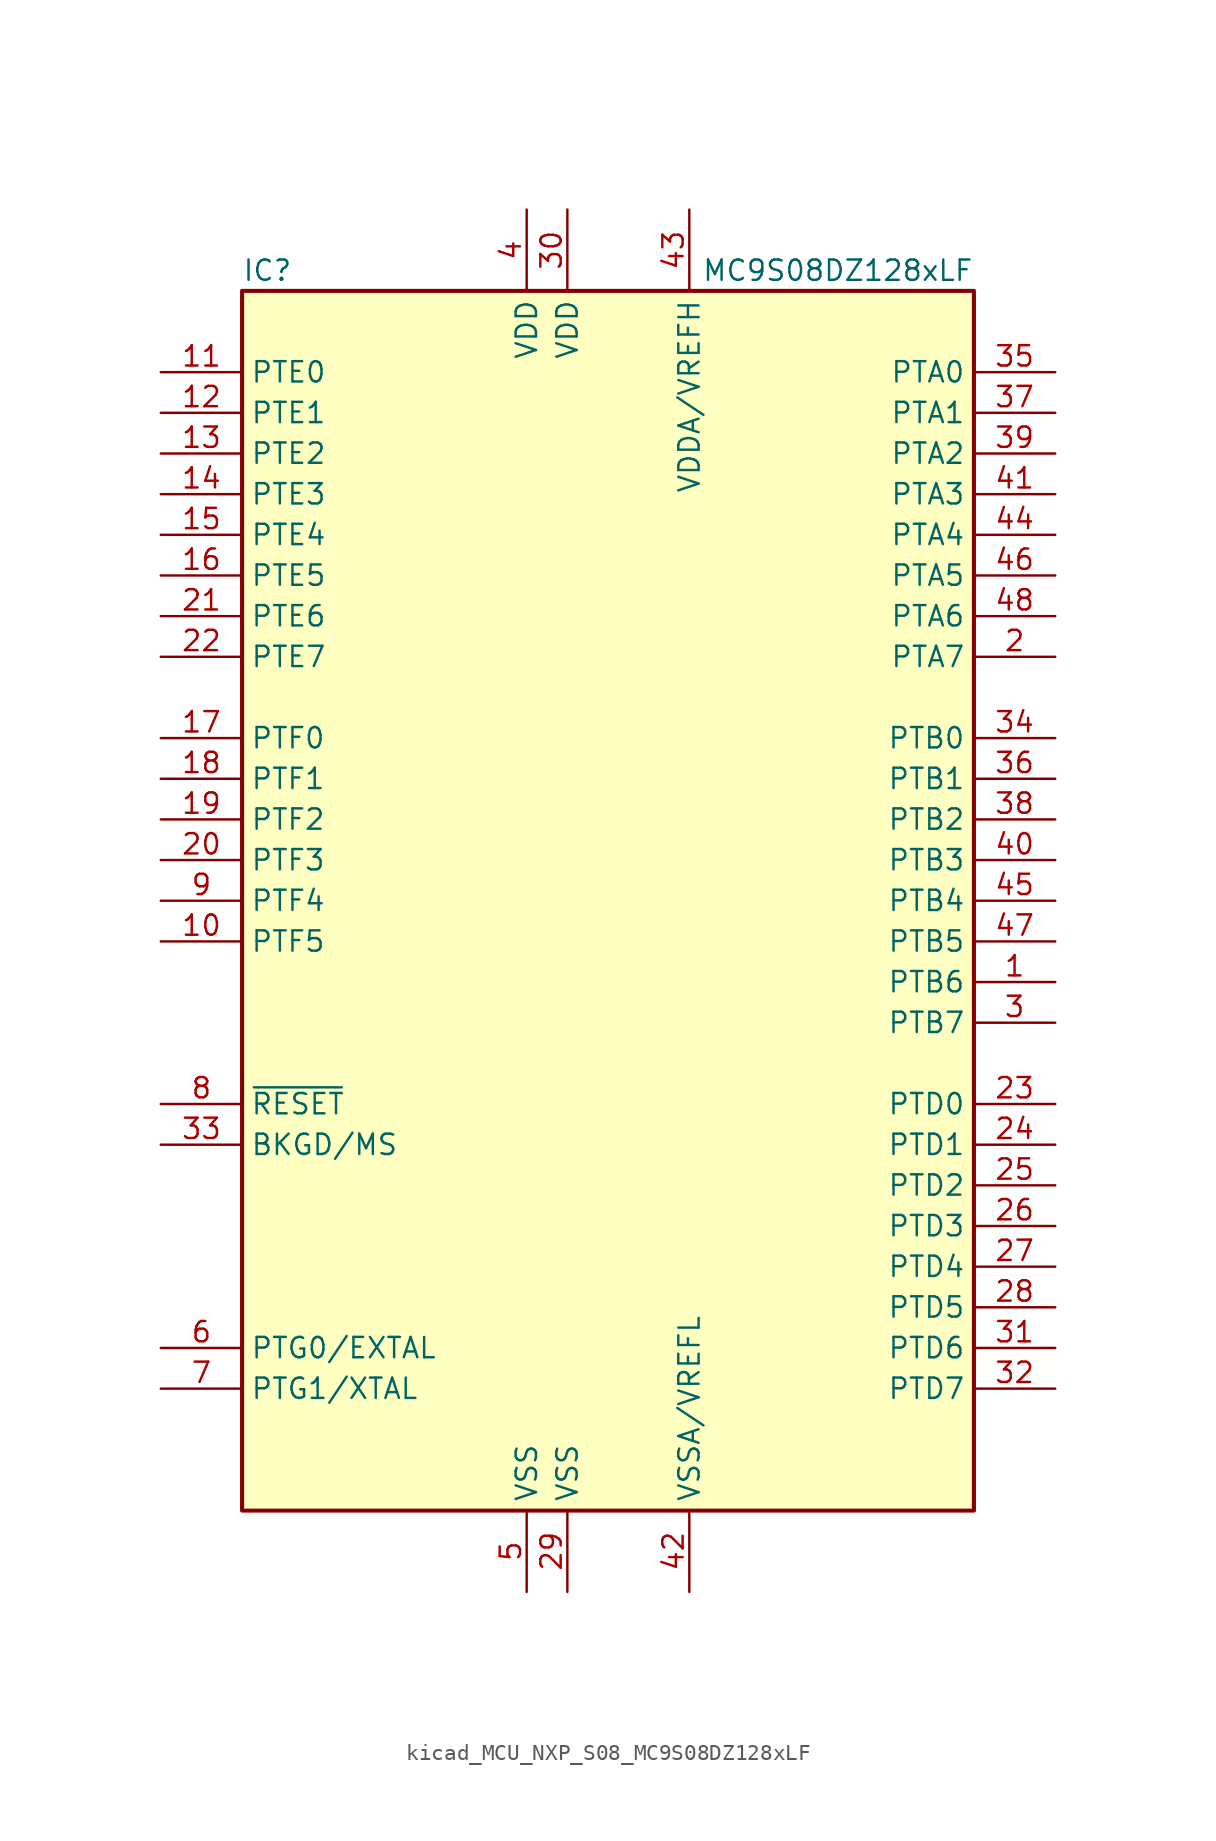
<source format=kicad_sym>
(kicad_symbol_lib
  (version 20220914)
  (generator kicad_symbol_editor)
  (symbol "kicad_MCU_NXP_S08_MC9S08DZ128xLF"
    (property "Reference" "IC"
      (at -22.86 39.37 0)
      (effects (font (size 1.27 1.27)) (justify left)))
    (property "Value" "MC9S08DZ128xLF"
      (at 22.86 39.37 0)
      (effects (font (size 1.27 1.27)) (justify right)))
    (symbol "kicad_MCU_NXP_S08_MC9S08DZ128xLF_0_1"
      (rectangle (start -22.86 38.1) (end 22.86 -38.1) (stroke (width 0.254) (type default)) (fill (type background))))
    (symbol "kicad_MCU_NXP_S08_MC9S08DZ128xLF_1_1"
      (pin bidirectional line (at 27.94 -5.08 180) (length 5.08) (name "PTB6" (effects (font (size 1.27 1.27)))) (number "1" (effects (font (size 1.27 1.27)))))
      (pin bidirectional line (at -27.94 -2.54 0) (length 5.08) (name "PTF5" (effects (font (size 1.27 1.27)))) (number "10" (effects (font (size 1.27 1.27)))))
      (pin bidirectional line (at -27.94 33.02 0) (length 5.08) (name "PTE0" (effects (font (size 1.27 1.27)))) (number "11" (effects (font (size 1.27 1.27)))))
      (pin bidirectional line (at -27.94 30.48 0) (length 5.08) (name "PTE1" (effects (font (size 1.27 1.27)))) (number "12" (effects (font (size 1.27 1.27)))))
      (pin bidirectional line (at -27.94 27.94 0) (length 5.08) (name "PTE2" (effects (font (size 1.27 1.27)))) (number "13" (effects (font (size 1.27 1.27)))))
      (pin bidirectional line (at -27.94 25.4 0) (length 5.08) (name "PTE3" (effects (font (size 1.27 1.27)))) (number "14" (effects (font (size 1.27 1.27)))))
      (pin bidirectional line (at -27.94 22.86 0) (length 5.08) (name "PTE4" (effects (font (size 1.27 1.27)))) (number "15" (effects (font (size 1.27 1.27)))))
      (pin bidirectional line (at -27.94 20.32 0) (length 5.08) (name "PTE5" (effects (font (size 1.27 1.27)))) (number "16" (effects (font (size 1.27 1.27)))))
      (pin bidirectional line (at -27.94 10.16 0) (length 5.08) (name "PTF0" (effects (font (size 1.27 1.27)))) (number "17" (effects (font (size 1.27 1.27)))))
      (pin bidirectional line (at -27.94 7.62 0) (length 5.08) (name "PTF1" (effects (font (size 1.27 1.27)))) (number "18" (effects (font (size 1.27 1.27)))))
      (pin bidirectional line (at -27.94 5.08 0) (length 5.08) (name "PTF2" (effects (font (size 1.27 1.27)))) (number "19" (effects (font (size 1.27 1.27)))))
      (pin bidirectional line (at 27.94 15.24 180) (length 5.08) (name "PTA7" (effects (font (size 1.27 1.27)))) (number "2" (effects (font (size 1.27 1.27)))))
      (pin bidirectional line (at -27.94 2.54 0) (length 5.08) (name "PTF3" (effects (font (size 1.27 1.27)))) (number "20" (effects (font (size 1.27 1.27)))))
      (pin bidirectional line (at -27.94 17.78 0) (length 5.08) (name "PTE6" (effects (font (size 1.27 1.27)))) (number "21" (effects (font (size 1.27 1.27)))))
      (pin bidirectional line (at -27.94 15.24 0) (length 5.08) (name "PTE7" (effects (font (size 1.27 1.27)))) (number "22" (effects (font (size 1.27 1.27)))))
      (pin bidirectional line (at 27.94 -12.7 180) (length 5.08) (name "PTD0" (effects (font (size 1.27 1.27)))) (number "23" (effects (font (size 1.27 1.27)))))
      (pin bidirectional line (at 27.94 -15.24 180) (length 5.08) (name "PTD1" (effects (font (size 1.27 1.27)))) (number "24" (effects (font (size 1.27 1.27)))))
      (pin bidirectional line (at 27.94 -17.78 180) (length 5.08) (name "PTD2" (effects (font (size 1.27 1.27)))) (number "25" (effects (font (size 1.27 1.27)))))
      (pin bidirectional line (at 27.94 -20.32 180) (length 5.08) (name "PTD3" (effects (font (size 1.27 1.27)))) (number "26" (effects (font (size 1.27 1.27)))))
      (pin bidirectional line (at 27.94 -22.86 180) (length 5.08) (name "PTD4" (effects (font (size 1.27 1.27)))) (number "27" (effects (font (size 1.27 1.27)))))
      (pin bidirectional line (at 27.94 -25.4 180) (length 5.08) (name "PTD5" (effects (font (size 1.27 1.27)))) (number "28" (effects (font (size 1.27 1.27)))))
      (pin power_in line (at -2.54 -43.18 90) (length 5.08) (name "VSS" (effects (font (size 1.27 1.27)))) (number "29" (effects (font (size 1.27 1.27)))))
      (pin bidirectional line (at 27.94 -7.62 180) (length 5.08) (name "PTB7" (effects (font (size 1.27 1.27)))) (number "3" (effects (font (size 1.27 1.27)))))
      (pin power_in line (at -2.54 43.18 270) (length 5.08) (name "VDD" (effects (font (size 1.27 1.27)))) (number "30" (effects (font (size 1.27 1.27)))))
      (pin bidirectional line (at 27.94 -27.94 180) (length 5.08) (name "PTD6" (effects (font (size 1.27 1.27)))) (number "31" (effects (font (size 1.27 1.27)))))
      (pin bidirectional line (at 27.94 -30.48 180) (length 5.08) (name "PTD7" (effects (font (size 1.27 1.27)))) (number "32" (effects (font (size 1.27 1.27)))))
      (pin bidirectional line (at -27.94 -15.24 0) (length 5.08) (name "BKGD/MS" (effects (font (size 1.27 1.27)))) (number "33" (effects (font (size 1.27 1.27)))))
      (pin bidirectional line (at 27.94 10.16 180) (length 5.08) (name "PTB0" (effects (font (size 1.27 1.27)))) (number "34" (effects (font (size 1.27 1.27)))))
      (pin bidirectional line (at 27.94 33.02 180) (length 5.08) (name "PTA0" (effects (font (size 1.27 1.27)))) (number "35" (effects (font (size 1.27 1.27)))))
      (pin bidirectional line (at 27.94 7.62 180) (length 5.08) (name "PTB1" (effects (font (size 1.27 1.27)))) (number "36" (effects (font (size 1.27 1.27)))))
      (pin bidirectional line (at 27.94 30.48 180) (length 5.08) (name "PTA1" (effects (font (size 1.27 1.27)))) (number "37" (effects (font (size 1.27 1.27)))))
      (pin bidirectional line (at 27.94 5.08 180) (length 5.08) (name "PTB2" (effects (font (size 1.27 1.27)))) (number "38" (effects (font (size 1.27 1.27)))))
      (pin bidirectional line (at 27.94 27.94 180) (length 5.08) (name "PTA2" (effects (font (size 1.27 1.27)))) (number "39" (effects (font (size 1.27 1.27)))))
      (pin power_in line (at -5.08 43.18 270) (length 5.08) (name "VDD" (effects (font (size 1.27 1.27)))) (number "4" (effects (font (size 1.27 1.27)))))
      (pin bidirectional line (at 27.94 2.54 180) (length 5.08) (name "PTB3" (effects (font (size 1.27 1.27)))) (number "40" (effects (font (size 1.27 1.27)))))
      (pin bidirectional line (at 27.94 25.4 180) (length 5.08) (name "PTA3" (effects (font (size 1.27 1.27)))) (number "41" (effects (font (size 1.27 1.27)))))
      (pin power_in line (at 5.08 -43.18 90) (length 5.08) (name "VSSA/VREFL" (effects (font (size 1.27 1.27)))) (number "42" (effects (font (size 1.27 1.27)))))
      (pin power_in line (at 5.08 43.18 270) (length 5.08) (name "VDDA/VREFH" (effects (font (size 1.27 1.27)))) (number "43" (effects (font (size 1.27 1.27)))))
      (pin bidirectional line (at 27.94 22.86 180) (length 5.08) (name "PTA4" (effects (font (size 1.27 1.27)))) (number "44" (effects (font (size 1.27 1.27)))))
      (pin bidirectional line (at 27.94 0 180) (length 5.08) (name "PTB4" (effects (font (size 1.27 1.27)))) (number "45" (effects (font (size 1.27 1.27)))))
      (pin bidirectional line (at 27.94 20.32 180) (length 5.08) (name "PTA5" (effects (font (size 1.27 1.27)))) (number "46" (effects (font (size 1.27 1.27)))))
      (pin bidirectional line (at 27.94 -2.54 180) (length 5.08) (name "PTB5" (effects (font (size 1.27 1.27)))) (number "47" (effects (font (size 1.27 1.27)))))
      (pin bidirectional line (at 27.94 17.78 180) (length 5.08) (name "PTA6" (effects (font (size 1.27 1.27)))) (number "48" (effects (font (size 1.27 1.27)))))
      (pin power_in line (at -5.08 -43.18 90) (length 5.08) (name "VSS" (effects (font (size 1.27 1.27)))) (number "5" (effects (font (size 1.27 1.27)))))
      (pin bidirectional line (at -27.94 -27.94 0) (length 5.08) (name "PTG0/EXTAL" (effects (font (size 1.27 1.27)))) (number "6" (effects (font (size 1.27 1.27)))))
      (pin bidirectional line (at -27.94 -30.48 0) (length 5.08) (name "PTG1/XTAL" (effects (font (size 1.27 1.27)))) (number "7" (effects (font (size 1.27 1.27)))))
      (pin input line (at -27.94 -12.7 0) (length 5.08) (name "~{RESET}" (effects (font (size 1.27 1.27)))) (number "8" (effects (font (size 1.27 1.27)))))
      (pin bidirectional line (at -27.94 0 0) (length 5.08) (name "PTF4" (effects (font (size 1.27 1.27)))) (number "9" (effects (font (size 1.27 1.27))))))))
</source>
